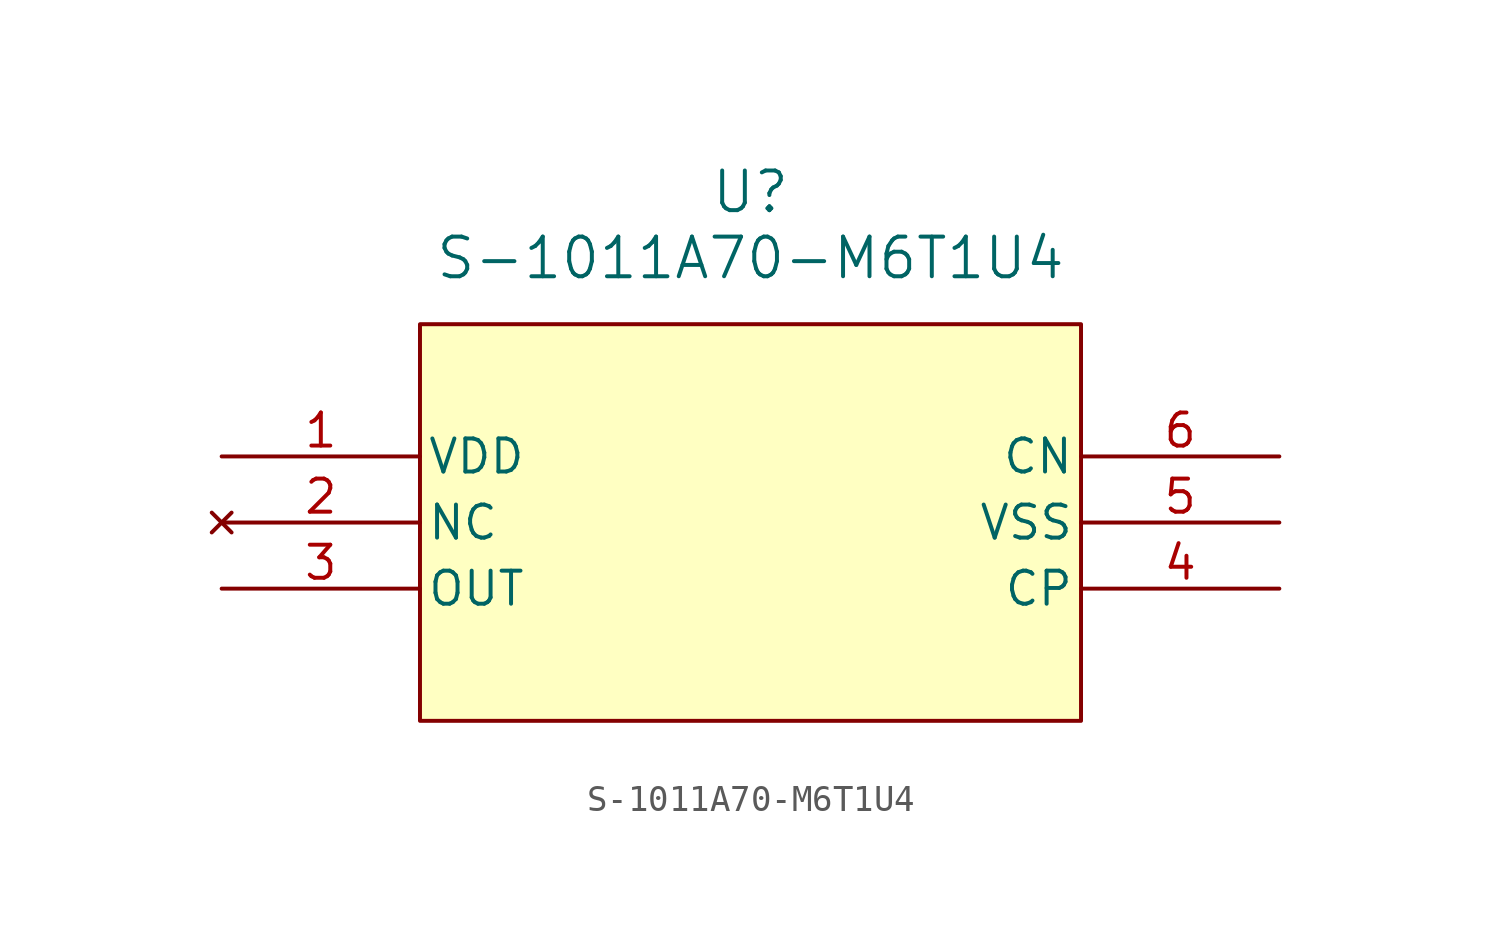
<source format=kicad_sym>
(kicad_symbol_lib
  (version 20231120)
  (generator "kicad_symbol_editor")
  (generator_version "8.0")
  (symbol "S-1011A70-M6T1U4"
    (pin_names
      (offset 0.254))
    (property "Reference" "U"
      (at 20.32 10.16 0)
      (effects (font (size 1.524 1.524))))
    (property "Value" "S-1011A70-M6T1U4"
      (at 20.32 7.62 0)
      (effects (font (size 1.524 1.524))))
    (property "ki_locked" ""
      (at 0 0 0)
      (effects (font (size 1.27 1.27))))
    (symbol "S-1011A70-M6T1U4_0_1"
      (pin power_in line (at 0 0 0) (length 7.62) (name "VDD" (effects (font (size 1.27 1.27)))) (number "1" (effects (font (size 1.27 1.27)))))
      (pin no_connect line (at 0 -2.54 0) (length 7.62) (name "NC" (effects (font (size 1.27 1.27)))) (number "2" (effects (font (size 1.27 1.27)))))
      (pin output line (at 0 -5.08 0) (length 7.62) (name "OUT" (effects (font (size 1.27 1.27)))) (number "3" (effects (font (size 1.27 1.27)))))
      (pin unspecified line (at 40.64 -5.08 180) (length 7.62) (name "CP" (effects (font (size 1.27 1.27)))) (number "4" (effects (font (size 1.27 1.27)))))
      (pin power_out line (at 40.64 -2.54 180) (length 7.62) (name "VSS" (effects (font (size 1.27 1.27)))) (number "5" (effects (font (size 1.27 1.27)))))
      (pin unspecified line (at 40.64 0 180) (length 7.62) (name "CN" (effects (font (size 1.27 1.27)))) (number "6" (effects (font (size 1.27 1.27))))))
    (symbol "S-1011A70-M6T1U4_1_1"
      (rectangle (start 7.62 5.08) (end 33.02 -10.16) (stroke (width 0) (type default)) (fill (type background))))))
</source>
